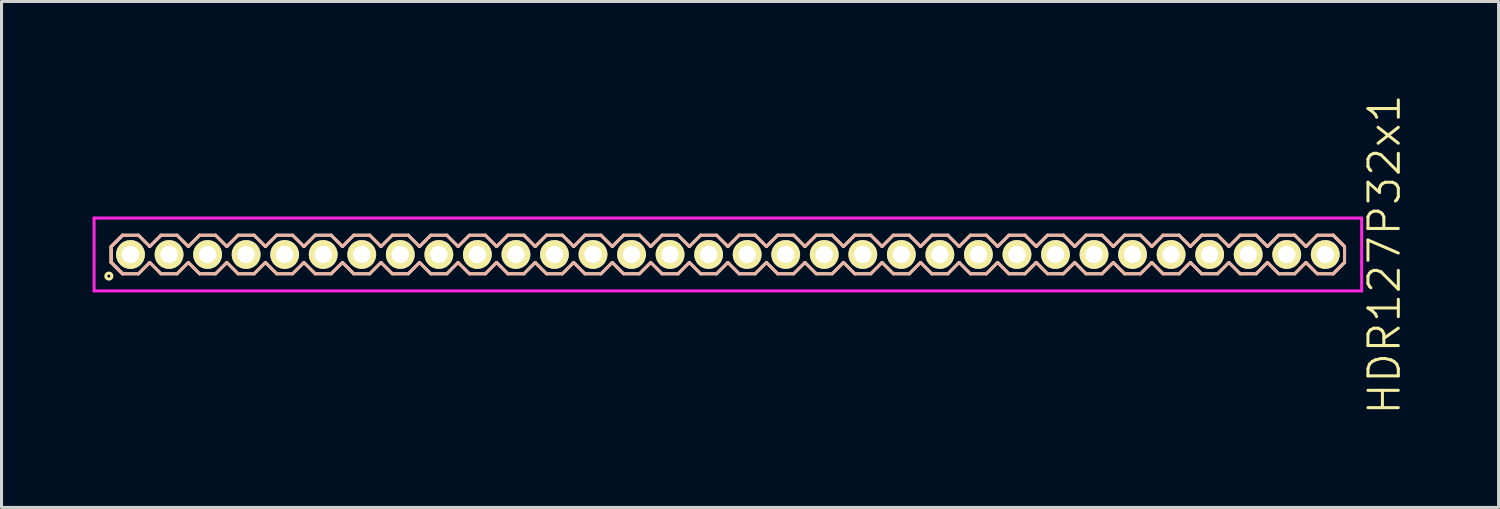
<source format=kicad_pcb>
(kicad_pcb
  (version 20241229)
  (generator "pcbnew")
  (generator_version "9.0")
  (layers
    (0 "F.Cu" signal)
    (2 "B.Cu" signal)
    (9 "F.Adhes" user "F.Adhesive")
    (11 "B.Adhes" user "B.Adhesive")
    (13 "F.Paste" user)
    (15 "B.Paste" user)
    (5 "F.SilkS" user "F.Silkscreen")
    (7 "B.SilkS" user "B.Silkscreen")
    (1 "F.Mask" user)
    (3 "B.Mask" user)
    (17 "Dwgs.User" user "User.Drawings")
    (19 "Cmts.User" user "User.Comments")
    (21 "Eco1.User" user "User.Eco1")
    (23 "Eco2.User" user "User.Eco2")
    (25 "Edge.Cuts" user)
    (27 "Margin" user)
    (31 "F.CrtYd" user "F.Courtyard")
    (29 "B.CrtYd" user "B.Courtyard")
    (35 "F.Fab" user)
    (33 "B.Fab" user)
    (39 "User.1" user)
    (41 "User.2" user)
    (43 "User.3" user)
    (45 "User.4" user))
  (footprint "HDR127P32x1"
    (layer "F.Cu")
    (at 20.935 5.336)
    (property "Reference" "HDR127P32x1" (at 21.635 0 90) (layer "F.SilkS") (effects (font (size 1 1) (thickness 0.1))))
    (attr through_hole)
    (fp_line (start -20.32 -0.263) (end -19.948 -0.635) (stroke (width 0.1) (type solid)) (layer "F.SilkS"))
    (fp_line (start -20.32 -0.263) (end -19.948 -0.635) (stroke (width 0.1) (type solid)) (layer "F.SilkS"))
    (fp_line (start -20.32 0.263) (end -20.32 -0.263) (stroke (width 0.1) (type solid)) (layer "F.SilkS"))
    (fp_line (start -20.32 0.263) (end -20.32 -0.263) (stroke (width 0.1) (type solid)) (layer "F.SilkS"))
    (fp_line (start -19.948 -0.635) (end -19.422 -0.635) (stroke (width 0.1) (type solid)) (layer "F.SilkS"))
    (fp_line (start -19.948 0.635) (end -20.32 0.263) (stroke (width 0.1) (type solid)) (layer "F.SilkS"))
    (fp_line (start -19.948 0.635) (end -20.32 0.263) (stroke (width 0.1) (type solid)) (layer "F.SilkS"))
    (fp_line (start -19.422 -0.635) (end -19.05 -0.263) (stroke (width 0.1) (type solid)) (layer "F.SilkS"))
    (fp_line (start -19.422 0.635) (end -19.948 0.635) (stroke (width 0.1) (type solid)) (layer "F.SilkS"))
    (fp_line (start -19.05 -0.263) (end -18.678 -0.635) (stroke (width 0.1) (type solid)) (layer "F.SilkS"))
    (fp_line (start -19.05 0.263) (end -19.422 0.635) (stroke (width 0.1) (type solid)) (layer "F.SilkS"))
    (fp_line (start -18.678 -0.635) (end -18.152 -0.635) (stroke (width 0.1) (type solid)) (layer "F.SilkS"))
    (fp_line (start -18.678 0.635) (end -19.05 0.263) (stroke (width 0.1) (type solid)) (layer "F.SilkS"))
    (fp_line (start -18.152 -0.635) (end -17.78 -0.263) (stroke (width 0.1) (type solid)) (layer "F.SilkS"))
    (fp_line (start -18.152 0.635) (end -18.678 0.635) (stroke (width 0.1) (type solid)) (layer "F.SilkS"))
    (fp_line (start -17.78 -0.263) (end -17.408 -0.635) (stroke (width 0.1) (type solid)) (layer "F.SilkS"))
    (fp_line (start -17.78 0.263) (end -18.152 0.635) (stroke (width 0.1) (type solid)) (layer "F.SilkS"))
    (fp_line (start -17.408 -0.635) (end -16.882 -0.635) (stroke (width 0.1) (type solid)) (layer "F.SilkS"))
    (fp_line (start -17.408 0.635) (end -17.78 0.263) (stroke (width 0.1) (type solid)) (layer "F.SilkS"))
    (fp_line (start -16.882 -0.635) (end -16.51 -0.263) (stroke (width 0.1) (type solid)) (layer "F.SilkS"))
    (fp_line (start -16.882 0.635) (end -17.408 0.635) (stroke (width 0.1) (type solid)) (layer "F.SilkS"))
    (fp_line (start -16.51 -0.263) (end -16.138 -0.635) (stroke (width 0.1) (type solid)) (layer "F.SilkS"))
    (fp_line (start -16.51 0.263) (end -16.882 0.635) (stroke (width 0.1) (type solid)) (layer "F.SilkS"))
    (fp_line (start -16.138 -0.635) (end -15.612 -0.635) (stroke (width 0.1) (type solid)) (layer "F.SilkS"))
    (fp_line (start -16.138 0.635) (end -16.51 0.263) (stroke (width 0.1) (type solid)) (layer "F.SilkS"))
    (fp_line (start -15.612 -0.635) (end -15.24 -0.263) (stroke (width 0.1) (type solid)) (layer "F.SilkS"))
    (fp_line (start -15.612 0.635) (end -16.138 0.635) (stroke (width 0.1) (type solid)) (layer "F.SilkS"))
    (fp_line (start -15.24 -0.263) (end -14.868 -0.635) (stroke (width 0.1) (type solid)) (layer "F.SilkS"))
    (fp_line (start -15.24 0.263) (end -15.612 0.635) (stroke (width 0.1) (type solid)) (layer "F.SilkS"))
    (fp_line (start -14.868 -0.635) (end -14.342 -0.635) (stroke (width 0.1) (type solid)) (layer "F.SilkS"))
    (fp_line (start -14.868 0.635) (end -15.24 0.263) (stroke (width 0.1) (type solid)) (layer "F.SilkS"))
    (fp_line (start -14.342 -0.635) (end -13.97 -0.263) (stroke (width 0.1) (type solid)) (layer "F.SilkS"))
    (fp_line (start -14.342 0.635) (end -14.868 0.635) (stroke (width 0.1) (type solid)) (layer "F.SilkS"))
    (fp_line (start -13.97 -0.263) (end -13.598 -0.635) (stroke (width 0.1) (type solid)) (layer "F.SilkS"))
    (fp_line (start -13.97 0.263) (end -14.342 0.635) (stroke (width 0.1) (type solid)) (layer "F.SilkS"))
    (fp_line (start -13.598 -0.635) (end -13.072 -0.635) (stroke (width 0.1) (type solid)) (layer "F.SilkS"))
    (fp_line (start -13.598 0.635) (end -13.97 0.263) (stroke (width 0.1) (type solid)) (layer "F.SilkS"))
    (fp_line (start -13.072 -0.635) (end -12.7 -0.263) (stroke (width 0.1) (type solid)) (layer "F.SilkS"))
    (fp_line (start -13.072 0.635) (end -13.598 0.635) (stroke (width 0.1) (type solid)) (layer "F.SilkS"))
    (fp_line (start -12.7 -0.263) (end -12.328 -0.635) (stroke (width 0.1) (type solid)) (layer "F.SilkS"))
    (fp_line (start -12.7 0.263) (end -13.072 0.635) (stroke (width 0.1) (type solid)) (layer "F.SilkS"))
    (fp_line (start -12.328 -0.635) (end -11.802 -0.635) (stroke (width 0.1) (type solid)) (layer "F.SilkS"))
    (fp_line (start -12.328 0.635) (end -12.7 0.263) (stroke (width 0.1) (type solid)) (layer "F.SilkS"))
    (fp_line (start -11.802 -0.635) (end -11.43 -0.263) (stroke (width 0.1) (type solid)) (layer "F.SilkS"))
    (fp_line (start -11.802 0.635) (end -12.328 0.635) (stroke (width 0.1) (type solid)) (layer "F.SilkS"))
    (fp_line (start -11.43 -0.263) (end -11.058 -0.635) (stroke (width 0.1) (type solid)) (layer "F.SilkS"))
    (fp_line (start -11.43 0.263) (end -11.802 0.635) (stroke (width 0.1) (type solid)) (layer "F.SilkS"))
    (fp_line (start -11.058 -0.635) (end -10.532 -0.635) (stroke (width 0.1) (type solid)) (layer "F.SilkS"))
    (fp_line (start -11.058 0.635) (end -11.43 0.263) (stroke (width 0.1) (type solid)) (layer "F.SilkS"))
    (fp_line (start -10.532 -0.635) (end -10.16 -0.263) (stroke (width 0.1) (type solid)) (layer "F.SilkS"))
    (fp_line (start -10.532 0.635) (end -11.058 0.635) (stroke (width 0.1) (type solid)) (layer "F.SilkS"))
    (fp_line (start -10.16 -0.263) (end -9.788 -0.635) (stroke (width 0.1) (type solid)) (layer "F.SilkS"))
    (fp_line (start -10.16 0.263) (end -10.532 0.635) (stroke (width 0.1) (type solid)) (layer "F.SilkS"))
    (fp_line (start -9.788 -0.635) (end -9.262 -0.635) (stroke (width 0.1) (type solid)) (layer "F.SilkS"))
    (fp_line (start -9.788 0.635) (end -10.16 0.263) (stroke (width 0.1) (type solid)) (layer "F.SilkS"))
    (fp_line (start -9.262 -0.635) (end -8.89 -0.263) (stroke (width 0.1) (type solid)) (layer "F.SilkS"))
    (fp_line (start -9.262 0.635) (end -9.788 0.635) (stroke (width 0.1) (type solid)) (layer "F.SilkS"))
    (fp_line (start -8.89 -0.263) (end -8.518 -0.635) (stroke (width 0.1) (type solid)) (layer "F.SilkS"))
    (fp_line (start -8.89 0.263) (end -9.262 0.635) (stroke (width 0.1) (type solid)) (layer "F.SilkS"))
    (fp_line (start -8.518 -0.635) (end -7.992 -0.635) (stroke (width 0.1) (type solid)) (layer "F.SilkS"))
    (fp_line (start -8.518 0.635) (end -8.89 0.263) (stroke (width 0.1) (type solid)) (layer "F.SilkS"))
    (fp_line (start -7.992 -0.635) (end -7.62 -0.263) (stroke (width 0.1) (type solid)) (layer "F.SilkS"))
    (fp_line (start -7.992 0.635) (end -8.518 0.635) (stroke (width 0.1) (type solid)) (layer "F.SilkS"))
    (fp_line (start -7.62 -0.263) (end -7.248 -0.635) (stroke (width 0.1) (type solid)) (layer "F.SilkS"))
    (fp_line (start -7.62 0.263) (end -7.992 0.635) (stroke (width 0.1) (type solid)) (layer "F.SilkS"))
    (fp_line (start -7.248 -0.635) (end -6.722 -0.635) (stroke (width 0.1) (type solid)) (layer "F.SilkS"))
    (fp_line (start -7.248 0.635) (end -7.62 0.263) (stroke (width 0.1) (type solid)) (layer "F.SilkS"))
    (fp_line (start -6.722 -0.635) (end -6.35 -0.263) (stroke (width 0.1) (type solid)) (layer "F.SilkS"))
    (fp_line (start -6.722 0.635) (end -7.248 0.635) (stroke (width 0.1) (type solid)) (layer "F.SilkS"))
    (fp_line (start -6.35 -0.263) (end -5.978 -0.635) (stroke (width 0.1) (type solid)) (layer "F.SilkS"))
    (fp_line (start -6.35 0.263) (end -6.722 0.635) (stroke (width 0.1) (type solid)) (layer "F.SilkS"))
    (fp_line (start -5.978 -0.635) (end -5.452 -0.635) (stroke (width 0.1) (type solid)) (layer "F.SilkS"))
    (fp_line (start -5.978 0.635) (end -6.35 0.263) (stroke (width 0.1) (type solid)) (layer "F.SilkS"))
    (fp_line (start -5.452 -0.635) (end -5.08 -0.263) (stroke (width 0.1) (type solid)) (layer "F.SilkS"))
    (fp_line (start -5.452 0.635) (end -5.978 0.635) (stroke (width 0.1) (type solid)) (layer "F.SilkS"))
    (fp_line (start -5.08 -0.263) (end -4.708 -0.635) (stroke (width 0.1) (type solid)) (layer "F.SilkS"))
    (fp_line (start -5.08 0.263) (end -5.452 0.635) (stroke (width 0.1) (type solid)) (layer "F.SilkS"))
    (fp_line (start -4.708 -0.635) (end -4.182 -0.635) (stroke (width 0.1) (type solid)) (layer "F.SilkS"))
    (fp_line (start -4.708 0.635) (end -5.08 0.263) (stroke (width 0.1) (type solid)) (layer "F.SilkS"))
    (fp_line (start -4.182 -0.635) (end -3.81 -0.263) (stroke (width 0.1) (type solid)) (layer "F.SilkS"))
    (fp_line (start -4.182 0.635) (end -4.708 0.635) (stroke (width 0.1) (type solid)) (layer "F.SilkS"))
    (fp_line (start -3.81 -0.263) (end -3.438 -0.635) (stroke (width 0.1) (type solid)) (layer "F.SilkS"))
    (fp_line (start -3.81 0.263) (end -4.182 0.635) (stroke (width 0.1) (type solid)) (layer "F.SilkS"))
    (fp_line (start -3.438 -0.635) (end -2.912 -0.635) (stroke (width 0.1) (type solid)) (layer "F.SilkS"))
    (fp_line (start -3.438 0.635) (end -3.81 0.263) (stroke (width 0.1) (type solid)) (layer "F.SilkS"))
    (fp_line (start -2.912 -0.635) (end -2.54 -0.263) (stroke (width 0.1) (type solid)) (layer "F.SilkS"))
    (fp_line (start -2.912 0.635) (end -3.438 0.635) (stroke (width 0.1) (type solid)) (layer "F.SilkS"))
    (fp_line (start -2.54 -0.263) (end -2.168 -0.635) (stroke (width 0.1) (type solid)) (layer "F.SilkS"))
    (fp_line (start -2.54 0.263) (end -2.912 0.635) (stroke (width 0.1) (type solid)) (layer "F.SilkS"))
    (fp_line (start -2.168 -0.635) (end -1.642 -0.635) (stroke (width 0.1) (type solid)) (layer "F.SilkS"))
    (fp_line (start -2.168 0.635) (end -2.54 0.263) (stroke (width 0.1) (type solid)) (layer "F.SilkS"))
    (fp_line (start -1.642 -0.635) (end -1.27 -0.263) (stroke (width 0.1) (type solid)) (layer "F.SilkS"))
    (fp_line (start -1.642 0.635) (end -2.168 0.635) (stroke (width 0.1) (type solid)) (layer "F.SilkS"))
    (fp_line (start -1.27 -0.263) (end -0.898 -0.635) (stroke (width 0.1) (type solid)) (layer "F.SilkS"))
    (fp_line (start -1.27 0.263) (end -1.642 0.635) (stroke (width 0.1) (type solid)) (layer "F.SilkS"))
    (fp_line (start -0.898 -0.635) (end -0.372 -0.635) (stroke (width 0.1) (type solid)) (layer "F.SilkS"))
    (fp_line (start -0.898 0.635) (end -1.27 0.263) (stroke (width 0.1) (type solid)) (layer "F.SilkS"))
    (fp_line (start -0.372 -0.635) (end 0 -0.263) (stroke (width 0.1) (type solid)) (layer "F.SilkS"))
    (fp_line (start -0.372 0.635) (end -0.898 0.635) (stroke (width 0.1) (type solid)) (layer "F.SilkS"))
    (fp_line (start 0 -0.263) (end 0.372 -0.635) (stroke (width 0.1) (type solid)) (layer "F.SilkS"))
    (fp_line (start 0 0.263) (end -0.372 0.635) (stroke (width 0.1) (type solid)) (layer "F.SilkS"))
    (fp_line (start 0.372 -0.635) (end 0.898 -0.635) (stroke (width 0.1) (type solid)) (layer "F.SilkS"))
    (fp_line (start 0.372 0.635) (end 0 0.263) (stroke (width 0.1) (type solid)) (layer "F.SilkS"))
    (fp_line (start 0.898 -0.635) (end 1.27 -0.263) (stroke (width 0.1) (type solid)) (layer "F.SilkS"))
    (fp_line (start 0.898 0.635) (end 0.372 0.635) (stroke (width 0.1) (type solid)) (layer "F.SilkS"))
    (fp_line (start 1.27 -0.263) (end 1.642 -0.635) (stroke (width 0.1) (type solid)) (layer "F.SilkS"))
    (fp_line (start 1.27 0.263) (end 0.898 0.635) (stroke (width 0.1) (type solid)) (layer "F.SilkS"))
    (fp_line (start 1.642 -0.635) (end 2.168 -0.635) (stroke (width 0.1) (type solid)) (layer "F.SilkS"))
    (fp_line (start 1.642 0.635) (end 1.27 0.263) (stroke (width 0.1) (type solid)) (layer "F.SilkS"))
    (fp_line (start 2.168 -0.635) (end 2.54 -0.263) (stroke (width 0.1) (type solid)) (layer "F.SilkS"))
    (fp_line (start 2.168 0.635) (end 1.642 0.635) (stroke (width 0.1) (type solid)) (layer "F.SilkS"))
    (fp_line (start 2.54 -0.263) (end 2.912 -0.635) (stroke (width 0.1) (type solid)) (layer "F.SilkS"))
    (fp_line (start 2.54 0.263) (end 2.168 0.635) (stroke (width 0.1) (type solid)) (layer "F.SilkS"))
    (fp_line (start 2.912 -0.635) (end 3.438 -0.635) (stroke (width 0.1) (type solid)) (layer "F.SilkS"))
    (fp_line (start 2.912 0.635) (end 2.54 0.263) (stroke (width 0.1) (type solid)) (layer "F.SilkS"))
    (fp_line (start 3.438 -0.635) (end 3.81 -0.263) (stroke (width 0.1) (type solid)) (layer "F.SilkS"))
    (fp_line (start 3.438 0.635) (end 2.912 0.635) (stroke (width 0.1) (type solid)) (layer "F.SilkS"))
    (fp_line (start 3.81 -0.263) (end 4.182 -0.635) (stroke (width 0.1) (type solid)) (layer "F.SilkS"))
    (fp_line (start 3.81 0.263) (end 3.438 0.635) (stroke (width 0.1) (type solid)) (layer "F.SilkS"))
    (fp_line (start 4.182 -0.635) (end 4.708 -0.635) (stroke (width 0.1) (type solid)) (layer "F.SilkS"))
    (fp_line (start 4.182 0.635) (end 3.81 0.263) (stroke (width 0.1) (type solid)) (layer "F.SilkS"))
    (fp_line (start 4.708 -0.635) (end 5.08 -0.263) (stroke (width 0.1) (type solid)) (layer "F.SilkS"))
    (fp_line (start 4.708 0.635) (end 4.182 0.635) (stroke (width 0.1) (type solid)) (layer "F.SilkS"))
    (fp_line (start 5.08 -0.263) (end 5.452 -0.635) (stroke (width 0.1) (type solid)) (layer "F.SilkS"))
    (fp_line (start 5.08 0.263) (end 4.708 0.635) (stroke (width 0.1) (type solid)) (layer "F.SilkS"))
    (fp_line (start 5.452 -0.635) (end 5.978 -0.635) (stroke (width 0.1) (type solid)) (layer "F.SilkS"))
    (fp_line (start 5.452 0.635) (end 5.08 0.263) (stroke (width 0.1) (type solid)) (layer "F.SilkS"))
    (fp_line (start 5.978 -0.635) (end 6.35 -0.263) (stroke (width 0.1) (type solid)) (layer "F.SilkS"))
    (fp_line (start 5.978 0.635) (end 5.452 0.635) (stroke (width 0.1) (type solid)) (layer "F.SilkS"))
    (fp_line (start 6.35 -0.263) (end 6.722 -0.635) (stroke (width 0.1) (type solid)) (layer "F.SilkS"))
    (fp_line (start 6.35 0.263) (end 5.978 0.635) (stroke (width 0.1) (type solid)) (layer "F.SilkS"))
    (fp_line (start 6.722 -0.635) (end 7.248 -0.635) (stroke (width 0.1) (type solid)) (layer "F.SilkS"))
    (fp_line (start 6.722 0.635) (end 6.35 0.263) (stroke (width 0.1) (type solid)) (layer "F.SilkS"))
    (fp_line (start 7.248 -0.635) (end 7.62 -0.263) (stroke (width 0.1) (type solid)) (layer "F.SilkS"))
    (fp_line (start 7.248 0.635) (end 6.722 0.635) (stroke (width 0.1) (type solid)) (layer "F.SilkS"))
    (fp_line (start 7.62 -0.263) (end 7.992 -0.635) (stroke (width 0.1) (type solid)) (layer "F.SilkS"))
    (fp_line (start 7.62 0.263) (end 7.248 0.635) (stroke (width 0.1) (type solid)) (layer "F.SilkS"))
    (fp_line (start 7.992 -0.635) (end 8.518 -0.635) (stroke (width 0.1) (type solid)) (layer "F.SilkS"))
    (fp_line (start 7.992 0.635) (end 7.62 0.263) (stroke (width 0.1) (type solid)) (layer "F.SilkS"))
    (fp_line (start 8.518 -0.635) (end 8.89 -0.263) (stroke (width 0.1) (type solid)) (layer "F.SilkS"))
    (fp_line (start 8.518 0.635) (end 7.992 0.635) (stroke (width 0.1) (type solid)) (layer "F.SilkS"))
    (fp_line (start 8.89 -0.263) (end 9.262 -0.635) (stroke (width 0.1) (type solid)) (layer "F.SilkS"))
    (fp_line (start 8.89 0.263) (end 8.518 0.635) (stroke (width 0.1) (type solid)) (layer "F.SilkS"))
    (fp_line (start 9.262 -0.635) (end 9.788 -0.635) (stroke (width 0.1) (type solid)) (layer "F.SilkS"))
    (fp_line (start 9.262 0.635) (end 8.89 0.263) (stroke (width 0.1) (type solid)) (layer "F.SilkS"))
    (fp_line (start 9.788 -0.635) (end 10.16 -0.263) (stroke (width 0.1) (type solid)) (layer "F.SilkS"))
    (fp_line (start 9.788 0.635) (end 9.262 0.635) (stroke (width 0.1) (type solid)) (layer "F.SilkS"))
    (fp_line (start 10.16 -0.263) (end 10.532 -0.635) (stroke (width 0.1) (type solid)) (layer "F.SilkS"))
    (fp_line (start 10.16 0.263) (end 9.788 0.635) (stroke (width 0.1) (type solid)) (layer "F.SilkS"))
    (fp_line (start 10.532 -0.635) (end 11.058 -0.635) (stroke (width 0.1) (type solid)) (layer "F.SilkS"))
    (fp_line (start 10.532 0.635) (end 10.16 0.263) (stroke (width 0.1) (type solid)) (layer "F.SilkS"))
    (fp_line (start 11.058 -0.635) (end 11.43 -0.263) (stroke (width 0.1) (type solid)) (layer "F.SilkS"))
    (fp_line (start 11.058 0.635) (end 10.532 0.635) (stroke (width 0.1) (type solid)) (layer "F.SilkS"))
    (fp_line (start 11.43 -0.263) (end 11.802 -0.635) (stroke (width 0.1) (type solid)) (layer "F.SilkS"))
    (fp_line (start 11.43 0.263) (end 11.058 0.635) (stroke (width 0.1) (type solid)) (layer "F.SilkS"))
    (fp_line (start 11.802 -0.635) (end 12.328 -0.635) (stroke (width 0.1) (type solid)) (layer "F.SilkS"))
    (fp_line (start 11.802 0.635) (end 11.43 0.263) (stroke (width 0.1) (type solid)) (layer "F.SilkS"))
    (fp_line (start 12.328 -0.635) (end 12.7 -0.263) (stroke (width 0.1) (type solid)) (layer "F.SilkS"))
    (fp_line (start 12.328 0.635) (end 11.802 0.635) (stroke (width 0.1) (type solid)) (layer "F.SilkS"))
    (fp_line (start 12.7 -0.263) (end 13.072 -0.635) (stroke (width 0.1) (type solid)) (layer "F.SilkS"))
    (fp_line (start 12.7 0.263) (end 12.328 0.635) (stroke (width 0.1) (type solid)) (layer "F.SilkS"))
    (fp_line (start 13.072 -0.635) (end 13.598 -0.635) (stroke (width 0.1) (type solid)) (layer "F.SilkS"))
    (fp_line (start 13.072 0.635) (end 12.7 0.263) (stroke (width 0.1) (type solid)) (layer "F.SilkS"))
    (fp_line (start 13.598 -0.635) (end 13.97 -0.263) (stroke (width 0.1) (type solid)) (layer "F.SilkS"))
    (fp_line (start 13.598 0.635) (end 13.072 0.635) (stroke (width 0.1) (type solid)) (layer "F.SilkS"))
    (fp_line (start 13.97 -0.263) (end 14.342 -0.635) (stroke (width 0.1) (type solid)) (layer "F.SilkS"))
    (fp_line (start 13.97 0.263) (end 13.598 0.635) (stroke (width 0.1) (type solid)) (layer "F.SilkS"))
    (fp_line (start 14.342 -0.635) (end 14.868 -0.635) (stroke (width 0.1) (type solid)) (layer "F.SilkS"))
    (fp_line (start 14.342 0.635) (end 13.97 0.263) (stroke (width 0.1) (type solid)) (layer "F.SilkS"))
    (fp_line (start 14.868 -0.635) (end 15.24 -0.263) (stroke (width 0.1) (type solid)) (layer "F.SilkS"))
    (fp_line (start 14.868 0.635) (end 14.342 0.635) (stroke (width 0.1) (type solid)) (layer "F.SilkS"))
    (fp_line (start 15.24 -0.263) (end 15.612 -0.635) (stroke (width 0.1) (type solid)) (layer "F.SilkS"))
    (fp_line (start 15.24 0.263) (end 14.868 0.635) (stroke (width 0.1) (type solid)) (layer "F.SilkS"))
    (fp_line (start 15.612 -0.635) (end 16.138 -0.635) (stroke (width 0.1) (type solid)) (layer "F.SilkS"))
    (fp_line (start 15.612 0.635) (end 15.24 0.263) (stroke (width 0.1) (type solid)) (layer "F.SilkS"))
    (fp_line (start 16.138 -0.635) (end 16.51 -0.263) (stroke (width 0.1) (type solid)) (layer "F.SilkS"))
    (fp_line (start 16.138 0.635) (end 15.612 0.635) (stroke (width 0.1) (type solid)) (layer "F.SilkS"))
    (fp_line (start 16.51 -0.263) (end 16.882 -0.635) (stroke (width 0.1) (type solid)) (layer "F.SilkS"))
    (fp_line (start 16.51 0.263) (end 16.138 0.635) (stroke (width 0.1) (type solid)) (layer "F.SilkS"))
    (fp_line (start 16.882 -0.635) (end 17.408 -0.635) (stroke (width 0.1) (type solid)) (layer "F.SilkS"))
    (fp_line (start 16.882 0.635) (end 16.51 0.263) (stroke (width 0.1) (type solid)) (layer "F.SilkS"))
    (fp_line (start 17.408 -0.635) (end 17.78 -0.263) (stroke (width 0.1) (type solid)) (layer "F.SilkS"))
    (fp_line (start 17.408 0.635) (end 16.882 0.635) (stroke (width 0.1) (type solid)) (layer "F.SilkS"))
    (fp_line (start 17.78 -0.263) (end 18.152 -0.635) (stroke (width 0.1) (type solid)) (layer "F.SilkS"))
    (fp_line (start 17.78 0.263) (end 17.408 0.635) (stroke (width 0.1) (type solid)) (layer "F.SilkS"))
    (fp_line (start 18.152 -0.635) (end 18.678 -0.635) (stroke (width 0.1) (type solid)) (layer "F.SilkS"))
    (fp_line (start 18.152 0.635) (end 17.78 0.263) (stroke (width 0.1) (type solid)) (layer "F.SilkS"))
    (fp_line (start 18.678 -0.635) (end 19.05 -0.263) (stroke (width 0.1) (type solid)) (layer "F.SilkS"))
    (fp_line (start 18.678 0.635) (end 18.152 0.635) (stroke (width 0.1) (type solid)) (layer "F.SilkS"))
    (fp_line (start 19.05 -0.263) (end 19.422 -0.635) (stroke (width 0.1) (type solid)) (layer "F.SilkS"))
    (fp_line (start 19.05 0.263) (end 18.678 0.635) (stroke (width 0.1) (type solid)) (layer "F.SilkS"))
    (fp_line (start 19.422 -0.635) (end 19.948 -0.635) (stroke (width 0.1) (type solid)) (layer "F.SilkS"))
    (fp_line (start 19.422 0.635) (end 19.05 0.263) (stroke (width 0.1) (type solid)) (layer "F.SilkS"))
    (fp_line (start 19.948 -0.635) (end 20.32 -0.263) (stroke (width 0.1) (type solid)) (layer "F.SilkS"))
    (fp_line (start 19.948 -0.635) (end 20.32 -0.263) (stroke (width 0.1) (type solid)) (layer "F.SilkS"))
    (fp_line (start 19.948 0.635) (end 19.422 0.635) (stroke (width 0.1) (type solid)) (layer "F.SilkS"))
    (fp_line (start 20.32 -0.263) (end 20.32 0.263) (stroke (width 0.1) (type solid)) (layer "F.SilkS"))
    (fp_line (start 20.32 -0.263) (end 20.32 0.263) (stroke (width 0.1) (type solid)) (layer "F.SilkS"))
    (fp_line (start 20.32 0.263) (end 19.948 0.635) (stroke (width 0.1) (type solid)) (layer "F.SilkS"))
    (fp_line (start 20.32 0.263) (end 19.948 0.635) (stroke (width 0.1) (type solid)) (layer "F.SilkS"))
    (fp_circle (center -20.398 0.712) (end -20.298 0.712) (stroke (width 0.1) (type solid)) (fill no) (layer "F.SilkS"))
    (fp_line (start -20.32 -0.263) (end -19.948 -0.635) (stroke (width 0.1) (type solid)) (layer "B.SilkS"))
    (fp_line (start -20.32 -0.263) (end -19.948 -0.635) (stroke (width 0.1) (type solid)) (layer "B.SilkS"))
    (fp_line (start -20.32 0.263) (end -20.32 -0.263) (stroke (width 0.1) (type solid)) (layer "B.SilkS"))
    (fp_line (start -20.32 0.263) (end -20.32 -0.263) (stroke (width 0.1) (type solid)) (layer "B.SilkS"))
    (fp_line (start -19.948 -0.635) (end -19.422 -0.635) (stroke (width 0.1) (type solid)) (layer "B.SilkS"))
    (fp_line (start -19.948 0.635) (end -20.32 0.263) (stroke (width 0.1) (type solid)) (layer "B.SilkS"))
    (fp_line (start -19.948 0.635) (end -20.32 0.263) (stroke (width 0.1) (type solid)) (layer "B.SilkS"))
    (fp_line (start -19.422 -0.635) (end -19.05 -0.263) (stroke (width 0.1) (type solid)) (layer "B.SilkS"))
    (fp_line (start -19.422 0.635) (end -19.948 0.635) (stroke (width 0.1) (type solid)) (layer "B.SilkS"))
    (fp_line (start -19.05 -0.263) (end -18.678 -0.635) (stroke (width 0.1) (type solid)) (layer "B.SilkS"))
    (fp_line (start -19.05 0.263) (end -19.422 0.635) (stroke (width 0.1) (type solid)) (layer "B.SilkS"))
    (fp_line (start -18.678 -0.635) (end -18.152 -0.635) (stroke (width 0.1) (type solid)) (layer "B.SilkS"))
    (fp_line (start -18.678 0.635) (end -19.05 0.263) (stroke (width 0.1) (type solid)) (layer "B.SilkS"))
    (fp_line (start -18.152 -0.635) (end -17.78 -0.263) (stroke (width 0.1) (type solid)) (layer "B.SilkS"))
    (fp_line (start -18.152 0.635) (end -18.678 0.635) (stroke (width 0.1) (type solid)) (layer "B.SilkS"))
    (fp_line (start -17.78 -0.263) (end -17.408 -0.635) (stroke (width 0.1) (type solid)) (layer "B.SilkS"))
    (fp_line (start -17.78 0.263) (end -18.152 0.635) (stroke (width 0.1) (type solid)) (layer "B.SilkS"))
    (fp_line (start -17.408 -0.635) (end -16.882 -0.635) (stroke (width 0.1) (type solid)) (layer "B.SilkS"))
    (fp_line (start -17.408 0.635) (end -17.78 0.263) (stroke (width 0.1) (type solid)) (layer "B.SilkS"))
    (fp_line (start -16.882 -0.635) (end -16.51 -0.263) (stroke (width 0.1) (type solid)) (layer "B.SilkS"))
    (fp_line (start -16.882 0.635) (end -17.408 0.635) (stroke (width 0.1) (type solid)) (layer "B.SilkS"))
    (fp_line (start -16.51 -0.263) (end -16.138 -0.635) (stroke (width 0.1) (type solid)) (layer "B.SilkS"))
    (fp_line (start -16.51 0.263) (end -16.882 0.635) (stroke (width 0.1) (type solid)) (layer "B.SilkS"))
    (fp_line (start -16.138 -0.635) (end -15.612 -0.635) (stroke (width 0.1) (type solid)) (layer "B.SilkS"))
    (fp_line (start -16.138 0.635) (end -16.51 0.263) (stroke (width 0.1) (type solid)) (layer "B.SilkS"))
    (fp_line (start -15.612 -0.635) (end -15.24 -0.263) (stroke (width 0.1) (type solid)) (layer "B.SilkS"))
    (fp_line (start -15.612 0.635) (end -16.138 0.635) (stroke (width 0.1) (type solid)) (layer "B.SilkS"))
    (fp_line (start -15.24 -0.263) (end -14.868 -0.635) (stroke (width 0.1) (type solid)) (layer "B.SilkS"))
    (fp_line (start -15.24 0.263) (end -15.612 0.635) (stroke (width 0.1) (type solid)) (layer "B.SilkS"))
    (fp_line (start -14.868 -0.635) (end -14.342 -0.635) (stroke (width 0.1) (type solid)) (layer "B.SilkS"))
    (fp_line (start -14.868 0.635) (end -15.24 0.263) (stroke (width 0.1) (type solid)) (layer "B.SilkS"))
    (fp_line (start -14.342 -0.635) (end -13.97 -0.263) (stroke (width 0.1) (type solid)) (layer "B.SilkS"))
    (fp_line (start -14.342 0.635) (end -14.868 0.635) (stroke (width 0.1) (type solid)) (layer "B.SilkS"))
    (fp_line (start -13.97 -0.263) (end -13.598 -0.635) (stroke (width 0.1) (type solid)) (layer "B.SilkS"))
    (fp_line (start -13.97 0.263) (end -14.342 0.635) (stroke (width 0.1) (type solid)) (layer "B.SilkS"))
    (fp_line (start -13.598 -0.635) (end -13.072 -0.635) (stroke (width 0.1) (type solid)) (layer "B.SilkS"))
    (fp_line (start -13.598 0.635) (end -13.97 0.263) (stroke (width 0.1) (type solid)) (layer "B.SilkS"))
    (fp_line (start -13.072 -0.635) (end -12.7 -0.263) (stroke (width 0.1) (type solid)) (layer "B.SilkS"))
    (fp_line (start -13.072 0.635) (end -13.598 0.635) (stroke (width 0.1) (type solid)) (layer "B.SilkS"))
    (fp_line (start -12.7 -0.263) (end -12.328 -0.635) (stroke (width 0.1) (type solid)) (layer "B.SilkS"))
    (fp_line (start -12.7 0.263) (end -13.072 0.635) (stroke (width 0.1) (type solid)) (layer "B.SilkS"))
    (fp_line (start -12.328 -0.635) (end -11.802 -0.635) (stroke (width 0.1) (type solid)) (layer "B.SilkS"))
    (fp_line (start -12.328 0.635) (end -12.7 0.263) (stroke (width 0.1) (type solid)) (layer "B.SilkS"))
    (fp_line (start -11.802 -0.635) (end -11.43 -0.263) (stroke (width 0.1) (type solid)) (layer "B.SilkS"))
    (fp_line (start -11.802 0.635) (end -12.328 0.635) (stroke (width 0.1) (type solid)) (layer "B.SilkS"))
    (fp_line (start -11.43 -0.263) (end -11.058 -0.635) (stroke (width 0.1) (type solid)) (layer "B.SilkS"))
    (fp_line (start -11.43 0.263) (end -11.802 0.635) (stroke (width 0.1) (type solid)) (layer "B.SilkS"))
    (fp_line (start -11.058 -0.635) (end -10.532 -0.635) (stroke (width 0.1) (type solid)) (layer "B.SilkS"))
    (fp_line (start -11.058 0.635) (end -11.43 0.263) (stroke (width 0.1) (type solid)) (layer "B.SilkS"))
    (fp_line (start -10.532 -0.635) (end -10.16 -0.263) (stroke (width 0.1) (type solid)) (layer "B.SilkS"))
    (fp_line (start -10.532 0.635) (end -11.058 0.635) (stroke (width 0.1) (type solid)) (layer "B.SilkS"))
    (fp_line (start -10.16 -0.263) (end -9.788 -0.635) (stroke (width 0.1) (type solid)) (layer "B.SilkS"))
    (fp_line (start -10.16 0.263) (end -10.532 0.635) (stroke (width 0.1) (type solid)) (layer "B.SilkS"))
    (fp_line (start -9.788 -0.635) (end -9.262 -0.635) (stroke (width 0.1) (type solid)) (layer "B.SilkS"))
    (fp_line (start -9.788 0.635) (end -10.16 0.263) (stroke (width 0.1) (type solid)) (layer "B.SilkS"))
    (fp_line (start -9.262 -0.635) (end -8.89 -0.263) (stroke (width 0.1) (type solid)) (layer "B.SilkS"))
    (fp_line (start -9.262 0.635) (end -9.788 0.635) (stroke (width 0.1) (type solid)) (layer "B.SilkS"))
    (fp_line (start -8.89 -0.263) (end -8.518 -0.635) (stroke (width 0.1) (type solid)) (layer "B.SilkS"))
    (fp_line (start -8.89 0.263) (end -9.262 0.635) (stroke (width 0.1) (type solid)) (layer "B.SilkS"))
    (fp_line (start -8.518 -0.635) (end -7.992 -0.635) (stroke (width 0.1) (type solid)) (layer "B.SilkS"))
    (fp_line (start -8.518 0.635) (end -8.89 0.263) (stroke (width 0.1) (type solid)) (layer "B.SilkS"))
    (fp_line (start -7.992 -0.635) (end -7.62 -0.263) (stroke (width 0.1) (type solid)) (layer "B.SilkS"))
    (fp_line (start -7.992 0.635) (end -8.518 0.635) (stroke (width 0.1) (type solid)) (layer "B.SilkS"))
    (fp_line (start -7.62 -0.263) (end -7.248 -0.635) (stroke (width 0.1) (type solid)) (layer "B.SilkS"))
    (fp_line (start -7.62 0.263) (end -7.992 0.635) (stroke (width 0.1) (type solid)) (layer "B.SilkS"))
    (fp_line (start -7.248 -0.635) (end -6.722 -0.635) (stroke (width 0.1) (type solid)) (layer "B.SilkS"))
    (fp_line (start -7.248 0.635) (end -7.62 0.263) (stroke (width 0.1) (type solid)) (layer "B.SilkS"))
    (fp_line (start -6.722 -0.635) (end -6.35 -0.263) (stroke (width 0.1) (type solid)) (layer "B.SilkS"))
    (fp_line (start -6.722 0.635) (end -7.248 0.635) (stroke (width 0.1) (type solid)) (layer "B.SilkS"))
    (fp_line (start -6.35 -0.263) (end -5.978 -0.635) (stroke (width 0.1) (type solid)) (layer "B.SilkS"))
    (fp_line (start -6.35 0.263) (end -6.722 0.635) (stroke (width 0.1) (type solid)) (layer "B.SilkS"))
    (fp_line (start -5.978 -0.635) (end -5.452 -0.635) (stroke (width 0.1) (type solid)) (layer "B.SilkS"))
    (fp_line (start -5.978 0.635) (end -6.35 0.263) (stroke (width 0.1) (type solid)) (layer "B.SilkS"))
    (fp_line (start -5.452 -0.635) (end -5.08 -0.263) (stroke (width 0.1) (type solid)) (layer "B.SilkS"))
    (fp_line (start -5.452 0.635) (end -5.978 0.635) (stroke (width 0.1) (type solid)) (layer "B.SilkS"))
    (fp_line (start -5.08 -0.263) (end -4.708 -0.635) (stroke (width 0.1) (type solid)) (layer "B.SilkS"))
    (fp_line (start -5.08 0.263) (end -5.452 0.635) (stroke (width 0.1) (type solid)) (layer "B.SilkS"))
    (fp_line (start -4.708 -0.635) (end -4.182 -0.635) (stroke (width 0.1) (type solid)) (layer "B.SilkS"))
    (fp_line (start -4.708 0.635) (end -5.08 0.263) (stroke (width 0.1) (type solid)) (layer "B.SilkS"))
    (fp_line (start -4.182 -0.635) (end -3.81 -0.263) (stroke (width 0.1) (type solid)) (layer "B.SilkS"))
    (fp_line (start -4.182 0.635) (end -4.708 0.635) (stroke (width 0.1) (type solid)) (layer "B.SilkS"))
    (fp_line (start -3.81 -0.263) (end -3.438 -0.635) (stroke (width 0.1) (type solid)) (layer "B.SilkS"))
    (fp_line (start -3.81 0.263) (end -4.182 0.635) (stroke (width 0.1) (type solid)) (layer "B.SilkS"))
    (fp_line (start -3.438 -0.635) (end -2.912 -0.635) (stroke (width 0.1) (type solid)) (layer "B.SilkS"))
    (fp_line (start -3.438 0.635) (end -3.81 0.263) (stroke (width 0.1) (type solid)) (layer "B.SilkS"))
    (fp_line (start -2.912 -0.635) (end -2.54 -0.263) (stroke (width 0.1) (type solid)) (layer "B.SilkS"))
    (fp_line (start -2.912 0.635) (end -3.438 0.635) (stroke (width 0.1) (type solid)) (layer "B.SilkS"))
    (fp_line (start -2.54 -0.263) (end -2.168 -0.635) (stroke (width 0.1) (type solid)) (layer "B.SilkS"))
    (fp_line (start -2.54 0.263) (end -2.912 0.635) (stroke (width 0.1) (type solid)) (layer "B.SilkS"))
    (fp_line (start -2.168 -0.635) (end -1.642 -0.635) (stroke (width 0.1) (type solid)) (layer "B.SilkS"))
    (fp_line (start -2.168 0.635) (end -2.54 0.263) (stroke (width 0.1) (type solid)) (layer "B.SilkS"))
    (fp_line (start -1.642 -0.635) (end -1.27 -0.263) (stroke (width 0.1) (type solid)) (layer "B.SilkS"))
    (fp_line (start -1.642 0.635) (end -2.168 0.635) (stroke (width 0.1) (type solid)) (layer "B.SilkS"))
    (fp_line (start -1.27 -0.263) (end -0.898 -0.635) (stroke (width 0.1) (type solid)) (layer "B.SilkS"))
    (fp_line (start -1.27 0.263) (end -1.642 0.635) (stroke (width 0.1) (type solid)) (layer "B.SilkS"))
    (fp_line (start -0.898 -0.635) (end -0.372 -0.635) (stroke (width 0.1) (type solid)) (layer "B.SilkS"))
    (fp_line (start -0.898 0.635) (end -1.27 0.263) (stroke (width 0.1) (type solid)) (layer "B.SilkS"))
    (fp_line (start -0.372 -0.635) (end 0 -0.263) (stroke (width 0.1) (type solid)) (layer "B.SilkS"))
    (fp_line (start -0.372 0.635) (end -0.898 0.635) (stroke (width 0.1) (type solid)) (layer "B.SilkS"))
    (fp_line (start 0 -0.263) (end 0.372 -0.635) (stroke (width 0.1) (type solid)) (layer "B.SilkS"))
    (fp_line (start 0 0.263) (end -0.372 0.635) (stroke (width 0.1) (type solid)) (layer "B.SilkS"))
    (fp_line (start 0.372 -0.635) (end 0.898 -0.635) (stroke (width 0.1) (type solid)) (layer "B.SilkS"))
    (fp_line (start 0.372 0.635) (end 0 0.263) (stroke (width 0.1) (type solid)) (layer "B.SilkS"))
    (fp_line (start 0.898 -0.635) (end 1.27 -0.263) (stroke (width 0.1) (type solid)) (layer "B.SilkS"))
    (fp_line (start 0.898 0.635) (end 0.372 0.635) (stroke (width 0.1) (type solid)) (layer "B.SilkS"))
    (fp_line (start 1.27 -0.263) (end 1.642 -0.635) (stroke (width 0.1) (type solid)) (layer "B.SilkS"))
    (fp_line (start 1.27 0.263) (end 0.898 0.635) (stroke (width 0.1) (type solid)) (layer "B.SilkS"))
    (fp_line (start 1.642 -0.635) (end 2.168 -0.635) (stroke (width 0.1) (type solid)) (layer "B.SilkS"))
    (fp_line (start 1.642 0.635) (end 1.27 0.263) (stroke (width 0.1) (type solid)) (layer "B.SilkS"))
    (fp_line (start 2.168 -0.635) (end 2.54 -0.263) (stroke (width 0.1) (type solid)) (layer "B.SilkS"))
    (fp_line (start 2.168 0.635) (end 1.642 0.635) (stroke (width 0.1) (type solid)) (layer "B.SilkS"))
    (fp_line (start 2.54 -0.263) (end 2.912 -0.635) (stroke (width 0.1) (type solid)) (layer "B.SilkS"))
    (fp_line (start 2.54 0.263) (end 2.168 0.635) (stroke (width 0.1) (type solid)) (layer "B.SilkS"))
    (fp_line (start 2.912 -0.635) (end 3.438 -0.635) (stroke (width 0.1) (type solid)) (layer "B.SilkS"))
    (fp_line (start 2.912 0.635) (end 2.54 0.263) (stroke (width 0.1) (type solid)) (layer "B.SilkS"))
    (fp_line (start 3.438 -0.635) (end 3.81 -0.263) (stroke (width 0.1) (type solid)) (layer "B.SilkS"))
    (fp_line (start 3.438 0.635) (end 2.912 0.635) (stroke (width 0.1) (type solid)) (layer "B.SilkS"))
    (fp_line (start 3.81 -0.263) (end 4.182 -0.635) (stroke (width 0.1) (type solid)) (layer "B.SilkS"))
    (fp_line (start 3.81 0.263) (end 3.438 0.635) (stroke (width 0.1) (type solid)) (layer "B.SilkS"))
    (fp_line (start 4.182 -0.635) (end 4.708 -0.635) (stroke (width 0.1) (type solid)) (layer "B.SilkS"))
    (fp_line (start 4.182 0.635) (end 3.81 0.263) (stroke (width 0.1) (type solid)) (layer "B.SilkS"))
    (fp_line (start 4.708 -0.635) (end 5.08 -0.263) (stroke (width 0.1) (type solid)) (layer "B.SilkS"))
    (fp_line (start 4.708 0.635) (end 4.182 0.635) (stroke (width 0.1) (type solid)) (layer "B.SilkS"))
    (fp_line (start 5.08 -0.263) (end 5.452 -0.635) (stroke (width 0.1) (type solid)) (layer "B.SilkS"))
    (fp_line (start 5.08 0.263) (end 4.708 0.635) (stroke (width 0.1) (type solid)) (layer "B.SilkS"))
    (fp_line (start 5.452 -0.635) (end 5.978 -0.635) (stroke (width 0.1) (type solid)) (layer "B.SilkS"))
    (fp_line (start 5.452 0.635) (end 5.08 0.263) (stroke (width 0.1) (type solid)) (layer "B.SilkS"))
    (fp_line (start 5.978 -0.635) (end 6.35 -0.263) (stroke (width 0.1) (type solid)) (layer "B.SilkS"))
    (fp_line (start 5.978 0.635) (end 5.452 0.635) (stroke (width 0.1) (type solid)) (layer "B.SilkS"))
    (fp_line (start 6.35 -0.263) (end 6.722 -0.635) (stroke (width 0.1) (type solid)) (layer "B.SilkS"))
    (fp_line (start 6.35 0.263) (end 5.978 0.635) (stroke (width 0.1) (type solid)) (layer "B.SilkS"))
    (fp_line (start 6.722 -0.635) (end 7.248 -0.635) (stroke (width 0.1) (type solid)) (layer "B.SilkS"))
    (fp_line (start 6.722 0.635) (end 6.35 0.263) (stroke (width 0.1) (type solid)) (layer "B.SilkS"))
    (fp_line (start 7.248 -0.635) (end 7.62 -0.263) (stroke (width 0.1) (type solid)) (layer "B.SilkS"))
    (fp_line (start 7.248 0.635) (end 6.722 0.635) (stroke (width 0.1) (type solid)) (layer "B.SilkS"))
    (fp_line (start 7.62 -0.263) (end 7.992 -0.635) (stroke (width 0.1) (type solid)) (layer "B.SilkS"))
    (fp_line (start 7.62 0.263) (end 7.248 0.635) (stroke (width 0.1) (type solid)) (layer "B.SilkS"))
    (fp_line (start 7.992 -0.635) (end 8.518 -0.635) (stroke (width 0.1) (type solid)) (layer "B.SilkS"))
    (fp_line (start 7.992 0.635) (end 7.62 0.263) (stroke (width 0.1) (type solid)) (layer "B.SilkS"))
    (fp_line (start 8.518 -0.635) (end 8.89 -0.263) (stroke (width 0.1) (type solid)) (layer "B.SilkS"))
    (fp_line (start 8.518 0.635) (end 7.992 0.635) (stroke (width 0.1) (type solid)) (layer "B.SilkS"))
    (fp_line (start 8.89 -0.263) (end 9.262 -0.635) (stroke (width 0.1) (type solid)) (layer "B.SilkS"))
    (fp_line (start 8.89 0.263) (end 8.518 0.635) (stroke (width 0.1) (type solid)) (layer "B.SilkS"))
    (fp_line (start 9.262 -0.635) (end 9.788 -0.635) (stroke (width 0.1) (type solid)) (layer "B.SilkS"))
    (fp_line (start 9.262 0.635) (end 8.89 0.263) (stroke (width 0.1) (type solid)) (layer "B.SilkS"))
    (fp_line (start 9.788 -0.635) (end 10.16 -0.263) (stroke (width 0.1) (type solid)) (layer "B.SilkS"))
    (fp_line (start 9.788 0.635) (end 9.262 0.635) (stroke (width 0.1) (type solid)) (layer "B.SilkS"))
    (fp_line (start 10.16 -0.263) (end 10.532 -0.635) (stroke (width 0.1) (type solid)) (layer "B.SilkS"))
    (fp_line (start 10.16 0.263) (end 9.788 0.635) (stroke (width 0.1) (type solid)) (layer "B.SilkS"))
    (fp_line (start 10.532 -0.635) (end 11.058 -0.635) (stroke (width 0.1) (type solid)) (layer "B.SilkS"))
    (fp_line (start 10.532 0.635) (end 10.16 0.263) (stroke (width 0.1) (type solid)) (layer "B.SilkS"))
    (fp_line (start 11.058 -0.635) (end 11.43 -0.263) (stroke (width 0.1) (type solid)) (layer "B.SilkS"))
    (fp_line (start 11.058 0.635) (end 10.532 0.635) (stroke (width 0.1) (type solid)) (layer "B.SilkS"))
    (fp_line (start 11.43 -0.263) (end 11.802 -0.635) (stroke (width 0.1) (type solid)) (layer "B.SilkS"))
    (fp_line (start 11.43 0.263) (end 11.058 0.635) (stroke (width 0.1) (type solid)) (layer "B.SilkS"))
    (fp_line (start 11.802 -0.635) (end 12.328 -0.635) (stroke (width 0.1) (type solid)) (layer "B.SilkS"))
    (fp_line (start 11.802 0.635) (end 11.43 0.263) (stroke (width 0.1) (type solid)) (layer "B.SilkS"))
    (fp_line (start 12.328 -0.635) (end 12.7 -0.263) (stroke (width 0.1) (type solid)) (layer "B.SilkS"))
    (fp_line (start 12.328 0.635) (end 11.802 0.635) (stroke (width 0.1) (type solid)) (layer "B.SilkS"))
    (fp_line (start 12.7 -0.263) (end 13.072 -0.635) (stroke (width 0.1) (type solid)) (layer "B.SilkS"))
    (fp_line (start 12.7 0.263) (end 12.328 0.635) (stroke (width 0.1) (type solid)) (layer "B.SilkS"))
    (fp_line (start 13.072 -0.635) (end 13.598 -0.635) (stroke (width 0.1) (type solid)) (layer "B.SilkS"))
    (fp_line (start 13.072 0.635) (end 12.7 0.263) (stroke (width 0.1) (type solid)) (layer "B.SilkS"))
    (fp_line (start 13.598 -0.635) (end 13.97 -0.263) (stroke (width 0.1) (type solid)) (layer "B.SilkS"))
    (fp_line (start 13.598 0.635) (end 13.072 0.635) (stroke (width 0.1) (type solid)) (layer "B.SilkS"))
    (fp_line (start 13.97 -0.263) (end 14.342 -0.635) (stroke (width 0.1) (type solid)) (layer "B.SilkS"))
    (fp_line (start 13.97 0.263) (end 13.598 0.635) (stroke (width 0.1) (type solid)) (layer "B.SilkS"))
    (fp_line (start 14.342 -0.635) (end 14.868 -0.635) (stroke (width 0.1) (type solid)) (layer "B.SilkS"))
    (fp_line (start 14.342 0.635) (end 13.97 0.263) (stroke (width 0.1) (type solid)) (layer "B.SilkS"))
    (fp_line (start 14.868 -0.635) (end 15.24 -0.263) (stroke (width 0.1) (type solid)) (layer "B.SilkS"))
    (fp_line (start 14.868 0.635) (end 14.342 0.635) (stroke (width 0.1) (type solid)) (layer "B.SilkS"))
    (fp_line (start 15.24 -0.263) (end 15.612 -0.635) (stroke (width 0.1) (type solid)) (layer "B.SilkS"))
    (fp_line (start 15.24 0.263) (end 14.868 0.635) (stroke (width 0.1) (type solid)) (layer "B.SilkS"))
    (fp_line (start 15.612 -0.635) (end 16.138 -0.635) (stroke (width 0.1) (type solid)) (layer "B.SilkS"))
    (fp_line (start 15.612 0.635) (end 15.24 0.263) (stroke (width 0.1) (type solid)) (layer "B.SilkS"))
    (fp_line (start 16.138 -0.635) (end 16.51 -0.263) (stroke (width 0.1) (type solid)) (layer "B.SilkS"))
    (fp_line (start 16.138 0.635) (end 15.612 0.635) (stroke (width 0.1) (type solid)) (layer "B.SilkS"))
    (fp_line (start 16.51 -0.263) (end 16.882 -0.635) (stroke (width 0.1) (type solid)) (layer "B.SilkS"))
    (fp_line (start 16.51 0.263) (end 16.138 0.635) (stroke (width 0.1) (type solid)) (layer "B.SilkS"))
    (fp_line (start 16.882 -0.635) (end 17.408 -0.635) (stroke (width 0.1) (type solid)) (layer "B.SilkS"))
    (fp_line (start 16.882 0.635) (end 16.51 0.263) (stroke (width 0.1) (type solid)) (layer "B.SilkS"))
    (fp_line (start 17.408 -0.635) (end 17.78 -0.263) (stroke (width 0.1) (type solid)) (layer "B.SilkS"))
    (fp_line (start 17.408 0.635) (end 16.882 0.635) (stroke (width 0.1) (type solid)) (layer "B.SilkS"))
    (fp_line (start 17.78 -0.263) (end 18.152 -0.635) (stroke (width 0.1) (type solid)) (layer "B.SilkS"))
    (fp_line (start 17.78 0.263) (end 17.408 0.635) (stroke (width 0.1) (type solid)) (layer "B.SilkS"))
    (fp_line (start 18.152 -0.635) (end 18.678 -0.635) (stroke (width 0.1) (type solid)) (layer "B.SilkS"))
    (fp_line (start 18.152 0.635) (end 17.78 0.263) (stroke (width 0.1) (type solid)) (layer "B.SilkS"))
    (fp_line (start 18.678 -0.635) (end 19.05 -0.263) (stroke (width 0.1) (type solid)) (layer "B.SilkS"))
    (fp_line (start 18.678 0.635) (end 18.152 0.635) (stroke (width 0.1) (type solid)) (layer "B.SilkS"))
    (fp_line (start 19.05 -0.263) (end 19.422 -0.635) (stroke (width 0.1) (type solid)) (layer "B.SilkS"))
    (fp_line (start 19.05 0.263) (end 18.678 0.635) (stroke (width 0.1) (type solid)) (layer "B.SilkS"))
    (fp_line (start 19.422 -0.635) (end 19.948 -0.635) (stroke (width 0.1) (type solid)) (layer "B.SilkS"))
    (fp_line (start 19.422 0.635) (end 19.05 0.263) (stroke (width 0.1) (type solid)) (layer "B.SilkS"))
    (fp_line (start 19.948 -0.635) (end 20.32 -0.263) (stroke (width 0.1) (type solid)) (layer "B.SilkS"))
    (fp_line (start 19.948 -0.635) (end 20.32 -0.263) (stroke (width 0.1) (type solid)) (layer "B.SilkS"))
    (fp_line (start 19.948 0.635) (end 19.422 0.635) (stroke (width 0.1) (type solid)) (layer "B.SilkS"))
    (fp_line (start 20.32 -0.263) (end 20.32 0.263) (stroke (width 0.1) (type solid)) (layer "B.SilkS"))
    (fp_line (start 20.32 -0.263) (end 20.32 0.263) (stroke (width 0.1) (type solid)) (layer "B.SilkS"))
    (fp_line (start 20.32 0.263) (end 19.948 0.635) (stroke (width 0.1) (type solid)) (layer "B.SilkS"))
    (fp_line (start 20.32 0.263) (end 19.948 0.635) (stroke (width 0.1) (type solid)) (layer "B.SilkS"))
    (fp_line (start -20.885 -1.2) (end -20.885 1.2) (stroke (width 0.1) (type solid)) (layer "F.CrtYd"))
    (fp_line (start -20.885 1.2) (end 20.885 1.2) (stroke (width 0.1) (type solid)) (layer "F.CrtYd"))
    (fp_line (start 20.885 -1.2) (end -20.885 -1.2) (stroke (width 0.1) (type solid)) (layer "F.CrtYd"))
    (fp_line (start 20.885 1.2) (end 20.885 -1.2) (stroke (width 0.1) (type solid)) (layer "F.CrtYd"))
    (pad "1" thru_hole oval (at -19.685 0) (size 0.95 0.95) (drill 0.57) (layers "*.Cu" "*.Mask" "F.SilkS"))
    (pad "2" thru_hole oval (at -18.415 0) (size 0.95 0.95) (drill 0.57) (layers "*.Cu" "*.Mask" "F.SilkS"))
    (pad "3" thru_hole oval (at -17.145 0) (size 0.95 0.95) (drill 0.57) (layers "*.Cu" "*.Mask" "F.SilkS"))
    (pad "4" thru_hole oval (at -15.875 0) (size 0.95 0.95) (drill 0.57) (layers "*.Cu" "*.Mask" "F.SilkS"))
    (pad "5" thru_hole oval (at -14.605 0) (size 0.95 0.95) (drill 0.57) (layers "*.Cu" "*.Mask" "F.SilkS"))
    (pad "6" thru_hole oval (at -13.335 0) (size 0.95 0.95) (drill 0.57) (layers "*.Cu" "*.Mask" "F.SilkS"))
    (pad "7" thru_hole oval (at -12.065 0) (size 0.95 0.95) (drill 0.57) (layers "*.Cu" "*.Mask" "F.SilkS"))
    (pad "8" thru_hole oval (at -10.795 0) (size 0.95 0.95) (drill 0.57) (layers "*.Cu" "*.Mask" "F.SilkS"))
    (pad "9" thru_hole oval (at -9.525 0) (size 0.95 0.95) (drill 0.57) (layers "*.Cu" "*.Mask" "F.SilkS"))
    (pad "10" thru_hole oval (at -8.255 0) (size 0.95 0.95) (drill 0.57) (layers "*.Cu" "*.Mask" "F.SilkS"))
    (pad "11" thru_hole oval (at -6.985 0) (size 0.95 0.95) (drill 0.57) (layers "*.Cu" "*.Mask" "F.SilkS"))
    (pad "12" thru_hole oval (at -5.715 0) (size 0.95 0.95) (drill 0.57) (layers "*.Cu" "*.Mask" "F.SilkS"))
    (pad "13" thru_hole oval (at -4.445 0) (size 0.95 0.95) (drill 0.57) (layers "*.Cu" "*.Mask" "F.SilkS"))
    (pad "14" thru_hole oval (at -3.175 0) (size 0.95 0.95) (drill 0.57) (layers "*.Cu" "*.Mask" "F.SilkS"))
    (pad "15" thru_hole oval (at -1.905 0) (size 0.95 0.95) (drill 0.57) (layers "*.Cu" "*.Mask" "F.SilkS"))
    (pad "16" thru_hole oval (at -0.635 0) (size 0.95 0.95) (drill 0.57) (layers "*.Cu" "*.Mask" "F.SilkS"))
    (pad "17" thru_hole oval (at 0.635 0) (size 0.95 0.95) (drill 0.57) (layers "*.Cu" "*.Mask" "F.SilkS"))
    (pad "18" thru_hole oval (at 1.905 0) (size 0.95 0.95) (drill 0.57) (layers "*.Cu" "*.Mask" "F.SilkS"))
    (pad "19" thru_hole oval (at 3.175 0) (size 0.95 0.95) (drill 0.57) (layers "*.Cu" "*.Mask" "F.SilkS"))
    (pad "20" thru_hole oval (at 4.445 0) (size 0.95 0.95) (drill 0.57) (layers "*.Cu" "*.Mask" "F.SilkS"))
    (pad "21" thru_hole oval (at 5.715 0) (size 0.95 0.95) (drill 0.57) (layers "*.Cu" "*.Mask" "F.SilkS"))
    (pad "22" thru_hole oval (at 6.985 0) (size 0.95 0.95) (drill 0.57) (layers "*.Cu" "*.Mask" "F.SilkS"))
    (pad "23" thru_hole oval (at 8.255 0) (size 0.95 0.95) (drill 0.57) (layers "*.Cu" "*.Mask" "F.SilkS"))
    (pad "24" thru_hole oval (at 9.525 0) (size 0.95 0.95) (drill 0.57) (layers "*.Cu" "*.Mask" "F.SilkS"))
    (pad "25" thru_hole oval (at 10.795 0) (size 0.95 0.95) (drill 0.57) (layers "*.Cu" "*.Mask" "F.SilkS"))
    (pad "26" thru_hole oval (at 12.065 0) (size 0.95 0.95) (drill 0.57) (layers "*.Cu" "*.Mask" "F.SilkS"))
    (pad "27" thru_hole oval (at 13.335 0) (size 0.95 0.95) (drill 0.57) (layers "*.Cu" "*.Mask" "F.SilkS"))
    (pad "28" thru_hole oval (at 14.605 0) (size 0.95 0.95) (drill 0.57) (layers "*.Cu" "*.Mask" "F.SilkS"))
    (pad "29" thru_hole oval (at 15.875 0) (size 0.95 0.95) (drill 0.57) (layers "*.Cu" "*.Mask" "F.SilkS"))
    (pad "30" thru_hole oval (at 17.145 0) (size 0.95 0.95) (drill 0.57) (layers "*.Cu" "*.Mask" "F.SilkS"))
    (pad "31" thru_hole oval (at 18.415 0) (size 0.95 0.95) (drill 0.57) (layers "*.Cu" "*.Mask" "F.SilkS"))
    (pad "32" thru_hole oval (at 19.685 0) (size 0.95 0.95) (drill 0.57) (layers "*.Cu" "*.Mask" "F.SilkS")))
  (gr_rect
    (start -3 -3)
    (end 46.331 13.671)
    (stroke (width 0.1) (type default))
    (fill no)
    (layer "Edge.Cuts")))
</source>
